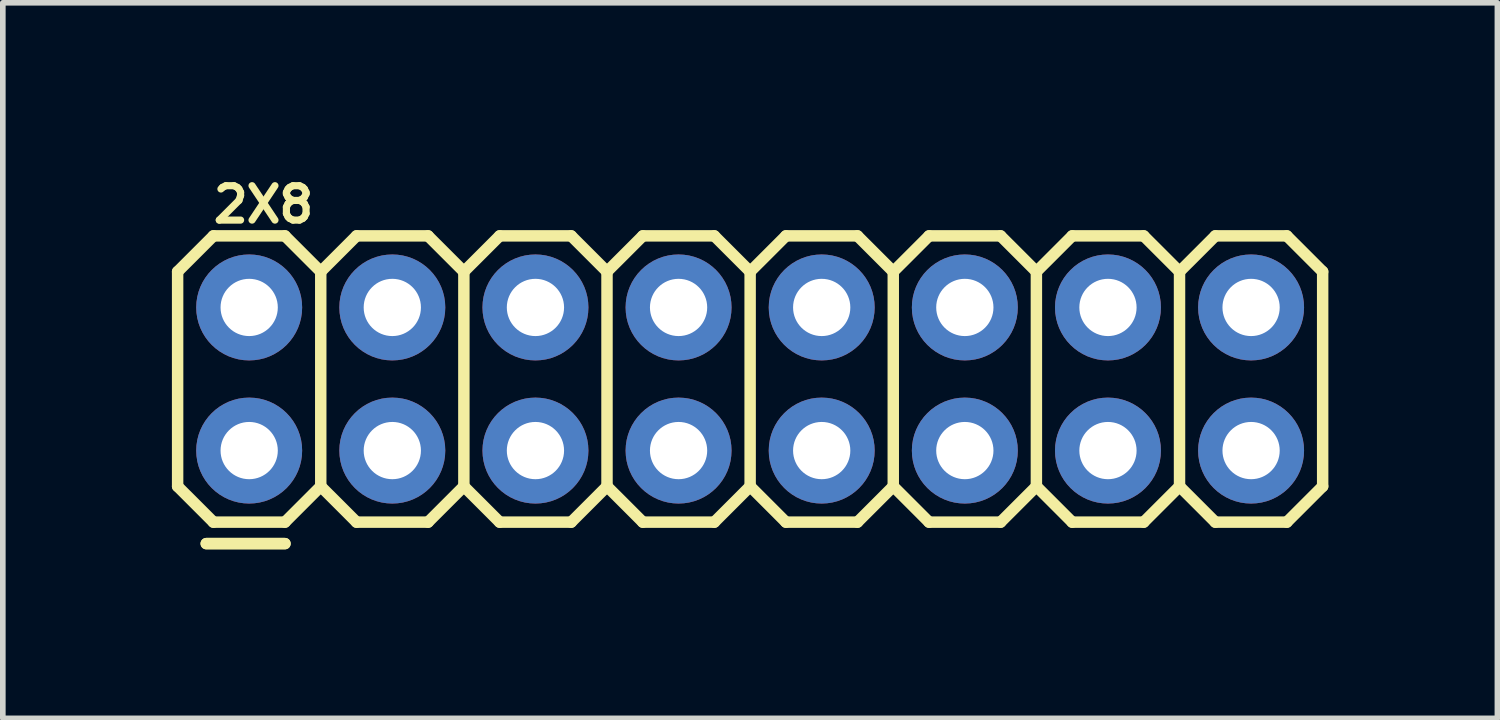
<source format=kicad_pcb>
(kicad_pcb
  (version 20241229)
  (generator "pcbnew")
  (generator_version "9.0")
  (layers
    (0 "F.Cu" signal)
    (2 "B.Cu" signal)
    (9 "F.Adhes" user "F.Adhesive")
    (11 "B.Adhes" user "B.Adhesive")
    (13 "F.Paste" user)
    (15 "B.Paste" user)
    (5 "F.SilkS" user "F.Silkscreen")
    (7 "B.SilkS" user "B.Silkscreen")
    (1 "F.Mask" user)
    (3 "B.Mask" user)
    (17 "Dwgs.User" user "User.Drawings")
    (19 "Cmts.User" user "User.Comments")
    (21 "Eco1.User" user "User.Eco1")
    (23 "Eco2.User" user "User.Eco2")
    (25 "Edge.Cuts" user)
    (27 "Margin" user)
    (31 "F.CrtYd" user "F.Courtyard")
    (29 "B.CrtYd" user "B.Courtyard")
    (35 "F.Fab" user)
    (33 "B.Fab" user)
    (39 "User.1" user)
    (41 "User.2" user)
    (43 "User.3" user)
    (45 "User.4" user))
  (footprint "2X8"
    (layer "F.Cu")
    (at 1.372 4.946)
    (property "Reference" "2X8" (at 0.254 -4.366 0) (layer "F.SilkS") (effects (font (size 0.61 0.61) (thickness 0.127))))
    (attr exclude_from_pos_files exclude_from_bom)
    (fp_line (start -1.27 -3.175) (end -0.635 -3.81) (stroke (width 0.203) (type solid)) (layer "F.SilkS"))
    (fp_line (start -1.27 0.635) (end -1.27 -3.175) (stroke (width 0.203) (type solid)) (layer "F.SilkS"))
    (fp_line (start -1.27 0.635) (end -0.635 1.27) (stroke (width 0.203) (type solid)) (layer "F.SilkS"))
    (fp_line (start -0.762 1.651) (end 0.635 1.651) (stroke (width 0.203) (type solid)) (layer "F.SilkS"))
    (fp_line (start -0.635 -3.81) (end 0.635 -3.81) (stroke (width 0.203) (type solid)) (layer "F.SilkS"))
    (fp_line (start -0.635 1.27) (end 0.635 1.27) (stroke (width 0.203) (type solid)) (layer "F.SilkS"))
    (fp_line (start 0.635 -3.81) (end 1.27 -3.175) (stroke (width 0.203) (type solid)) (layer "F.SilkS"))
    (fp_line (start 0.635 1.27) (end 1.27 0.635) (stroke (width 0.203) (type solid)) (layer "F.SilkS"))
    (fp_line (start 0.635 1.651) (end -0.762 1.651) (stroke (width 0.203) (type solid)) (layer "F.SilkS"))
    (fp_line (start 1.27 -3.175) (end 1.27 0.635) (stroke (width 0.203) (type solid)) (layer "F.SilkS"))
    (fp_line (start 1.27 -3.175) (end 1.905 -3.81) (stroke (width 0.203) (type solid)) (layer "F.SilkS"))
    (fp_line (start 1.27 0.635) (end 1.905 1.27) (stroke (width 0.203) (type solid)) (layer "F.SilkS"))
    (fp_line (start 1.905 -3.81) (end 3.175 -3.81) (stroke (width 0.203) (type solid)) (layer "F.SilkS"))
    (fp_line (start 1.905 1.27) (end 3.175 1.27) (stroke (width 0.203) (type solid)) (layer "F.SilkS"))
    (fp_line (start 3.175 -3.81) (end 3.81 -3.175) (stroke (width 0.203) (type solid)) (layer "F.SilkS"))
    (fp_line (start 3.175 1.27) (end 3.81 0.635) (stroke (width 0.203) (type solid)) (layer "F.SilkS"))
    (fp_line (start 3.81 -3.175) (end 3.81 0.635) (stroke (width 0.203) (type solid)) (layer "F.SilkS"))
    (fp_line (start 3.81 -3.175) (end 4.445 -3.81) (stroke (width 0.203) (type solid)) (layer "F.SilkS"))
    (fp_line (start 3.81 0.635) (end 4.445 1.27) (stroke (width 0.203) (type solid)) (layer "F.SilkS"))
    (fp_line (start 4.445 -3.81) (end 5.715 -3.81) (stroke (width 0.203) (type solid)) (layer "F.SilkS"))
    (fp_line (start 4.445 1.27) (end 5.715 1.27) (stroke (width 0.203) (type solid)) (layer "F.SilkS"))
    (fp_line (start 5.715 -3.81) (end 6.35 -3.175) (stroke (width 0.203) (type solid)) (layer "F.SilkS"))
    (fp_line (start 5.715 1.27) (end 6.35 0.635) (stroke (width 0.203) (type solid)) (layer "F.SilkS"))
    (fp_line (start 6.35 -3.175) (end 6.35 0.635) (stroke (width 0.203) (type solid)) (layer "F.SilkS"))
    (fp_line (start 6.35 -3.175) (end 6.985 -3.81) (stroke (width 0.203) (type solid)) (layer "F.SilkS"))
    (fp_line (start 6.35 0.635) (end 6.985 1.27) (stroke (width 0.203) (type solid)) (layer "F.SilkS"))
    (fp_line (start 6.985 -3.81) (end 8.255 -3.81) (stroke (width 0.203) (type solid)) (layer "F.SilkS"))
    (fp_line (start 6.985 1.27) (end 8.255 1.27) (stroke (width 0.203) (type solid)) (layer "F.SilkS"))
    (fp_line (start 8.255 -3.81) (end 8.89 -3.175) (stroke (width 0.203) (type solid)) (layer "F.SilkS"))
    (fp_line (start 8.255 1.27) (end 8.89 0.635) (stroke (width 0.203) (type solid)) (layer "F.SilkS"))
    (fp_line (start 8.89 -3.175) (end 8.89 0.635) (stroke (width 0.203) (type solid)) (layer "F.SilkS"))
    (fp_line (start 8.89 -3.175) (end 9.525 -3.81) (stroke (width 0.203) (type solid)) (layer "F.SilkS"))
    (fp_line (start 8.89 0.635) (end 9.525 1.27) (stroke (width 0.203) (type solid)) (layer "F.SilkS"))
    (fp_line (start 9.525 -3.81) (end 10.795 -3.81) (stroke (width 0.203) (type solid)) (layer "F.SilkS"))
    (fp_line (start 9.525 1.27) (end 10.795 1.27) (stroke (width 0.203) (type solid)) (layer "F.SilkS"))
    (fp_line (start 10.795 -3.81) (end 11.43 -3.175) (stroke (width 0.203) (type solid)) (layer "F.SilkS"))
    (fp_line (start 10.795 1.27) (end 11.43 0.635) (stroke (width 0.203) (type solid)) (layer "F.SilkS"))
    (fp_line (start 11.43 -3.175) (end 11.43 0.635) (stroke (width 0.203) (type solid)) (layer "F.SilkS"))
    (fp_line (start 11.43 -3.175) (end 12.065 -3.81) (stroke (width 0.203) (type solid)) (layer "F.SilkS"))
    (fp_line (start 11.43 0.635) (end 12.065 1.27) (stroke (width 0.203) (type solid)) (layer "F.SilkS"))
    (fp_line (start 12.065 -3.81) (end 13.335 -3.81) (stroke (width 0.203) (type solid)) (layer "F.SilkS"))
    (fp_line (start 12.065 1.27) (end 13.335 1.27) (stroke (width 0.203) (type solid)) (layer "F.SilkS"))
    (fp_line (start 13.335 -3.81) (end 13.97 -3.175) (stroke (width 0.203) (type solid)) (layer "F.SilkS"))
    (fp_line (start 13.335 1.27) (end 13.97 0.635) (stroke (width 0.203) (type solid)) (layer "F.SilkS"))
    (fp_line (start 13.97 -3.175) (end 13.97 0.635) (stroke (width 0.203) (type solid)) (layer "F.SilkS"))
    (fp_line (start 13.97 -3.175) (end 14.605 -3.81) (stroke (width 0.203) (type solid)) (layer "F.SilkS"))
    (fp_line (start 13.97 0.635) (end 14.605 1.27) (stroke (width 0.203) (type solid)) (layer "F.SilkS"))
    (fp_line (start 14.605 -3.81) (end 15.875 -3.81) (stroke (width 0.203) (type solid)) (layer "F.SilkS"))
    (fp_line (start 14.605 1.27) (end 15.875 1.27) (stroke (width 0.203) (type solid)) (layer "F.SilkS"))
    (fp_line (start 15.875 -3.81) (end 16.51 -3.175) (stroke (width 0.203) (type solid)) (layer "F.SilkS"))
    (fp_line (start 16.51 -3.175) (end 16.51 0.635) (stroke (width 0.203) (type solid)) (layer "F.SilkS"))
    (fp_line (start 16.51 -3.175) (end 17.145 -3.81) (stroke (width 0.203) (type solid)) (layer "F.SilkS"))
    (fp_line (start 16.51 0.635) (end 15.875 1.27) (stroke (width 0.203) (type solid)) (layer "F.SilkS"))
    (fp_line (start 16.51 0.635) (end 17.145 1.27) (stroke (width 0.203) (type solid)) (layer "F.SilkS"))
    (fp_line (start 17.145 -3.81) (end 18.415 -3.81) (stroke (width 0.203) (type solid)) (layer "F.SilkS"))
    (fp_line (start 17.145 1.27) (end 18.415 1.27) (stroke (width 0.203) (type solid)) (layer "F.SilkS"))
    (fp_line (start 18.415 -3.81) (end 19.05 -3.175) (stroke (width 0.203) (type solid)) (layer "F.SilkS"))
    (fp_line (start 19.05 -3.175) (end 19.05 0.635) (stroke (width 0.203) (type solid)) (layer "F.SilkS"))
    (fp_line (start 19.05 0.635) (end 18.415 1.27) (stroke (width 0.203) (type solid)) (layer "F.SilkS"))
    (fp_line (start -0.254 -2.794) (end 0.254 -2.794) (stroke (width 0.066) (type solid)) (layer "Dwgs.User"))
    (fp_line (start -0.254 -2.286) (end -0.254 -2.794) (stroke (width 0.066) (type solid)) (layer "Dwgs.User"))
    (fp_line (start -0.254 -2.286) (end 0.254 -2.286) (stroke (width 0.066) (type solid)) (layer "Dwgs.User"))
    (fp_line (start -0.254 -0.254) (end 0.254 -0.254) (stroke (width 0.066) (type solid)) (layer "Dwgs.User"))
    (fp_line (start -0.254 0.254) (end -0.254 -0.254) (stroke (width 0.066) (type solid)) (layer "Dwgs.User"))
    (fp_line (start -0.254 0.254) (end 0.254 0.254) (stroke (width 0.066) (type solid)) (layer "Dwgs.User"))
    (fp_line (start 0.254 -2.286) (end 0.254 -2.794) (stroke (width 0.066) (type solid)) (layer "Dwgs.User"))
    (fp_line (start 0.254 0.254) (end 0.254 -0.254) (stroke (width 0.066) (type solid)) (layer "Dwgs.User"))
    (fp_line (start 2.286 -2.794) (end 2.794 -2.794) (stroke (width 0.066) (type solid)) (layer "Dwgs.User"))
    (fp_line (start 2.286 -2.286) (end 2.286 -2.794) (stroke (width 0.066) (type solid)) (layer "Dwgs.User"))
    (fp_line (start 2.286 -2.286) (end 2.794 -2.286) (stroke (width 0.066) (type solid)) (layer "Dwgs.User"))
    (fp_line (start 2.286 -0.254) (end 2.794 -0.254) (stroke (width 0.066) (type solid)) (layer "Dwgs.User"))
    (fp_line (start 2.286 0.254) (end 2.286 -0.254) (stroke (width 0.066) (type solid)) (layer "Dwgs.User"))
    (fp_line (start 2.286 0.254) (end 2.794 0.254) (stroke (width 0.066) (type solid)) (layer "Dwgs.User"))
    (fp_line (start 2.794 -2.286) (end 2.794 -2.794) (stroke (width 0.066) (type solid)) (layer "Dwgs.User"))
    (fp_line (start 2.794 0.254) (end 2.794 -0.254) (stroke (width 0.066) (type solid)) (layer "Dwgs.User"))
    (fp_line (start 4.826 -2.794) (end 5.334 -2.794) (stroke (width 0.066) (type solid)) (layer "Dwgs.User"))
    (fp_line (start 4.826 -2.286) (end 4.826 -2.794) (stroke (width 0.066) (type solid)) (layer "Dwgs.User"))
    (fp_line (start 4.826 -2.286) (end 5.334 -2.286) (stroke (width 0.066) (type solid)) (layer "Dwgs.User"))
    (fp_line (start 4.826 -0.254) (end 5.334 -0.254) (stroke (width 0.066) (type solid)) (layer "Dwgs.User"))
    (fp_line (start 4.826 0.254) (end 4.826 -0.254) (stroke (width 0.066) (type solid)) (layer "Dwgs.User"))
    (fp_line (start 4.826 0.254) (end 5.334 0.254) (stroke (width 0.066) (type solid)) (layer "Dwgs.User"))
    (fp_line (start 5.334 -2.286) (end 5.334 -2.794) (stroke (width 0.066) (type solid)) (layer "Dwgs.User"))
    (fp_line (start 5.334 0.254) (end 5.334 -0.254) (stroke (width 0.066) (type solid)) (layer "Dwgs.User"))
    (fp_line (start 7.366 -2.794) (end 7.874 -2.794) (stroke (width 0.066) (type solid)) (layer "Dwgs.User"))
    (fp_line (start 7.366 -2.286) (end 7.366 -2.794) (stroke (width 0.066) (type solid)) (layer "Dwgs.User"))
    (fp_line (start 7.366 -2.286) (end 7.874 -2.286) (stroke (width 0.066) (type solid)) (layer "Dwgs.User"))
    (fp_line (start 7.366 -0.254) (end 7.874 -0.254) (stroke (width 0.066) (type solid)) (layer "Dwgs.User"))
    (fp_line (start 7.366 0.254) (end 7.366 -0.254) (stroke (width 0.066) (type solid)) (layer "Dwgs.User"))
    (fp_line (start 7.366 0.254) (end 7.874 0.254) (stroke (width 0.066) (type solid)) (layer "Dwgs.User"))
    (fp_line (start 7.874 -2.286) (end 7.874 -2.794) (stroke (width 0.066) (type solid)) (layer "Dwgs.User"))
    (fp_line (start 7.874 0.254) (end 7.874 -0.254) (stroke (width 0.066) (type solid)) (layer "Dwgs.User"))
    (fp_line (start 9.906 -2.794) (end 10.414 -2.794) (stroke (width 0.066) (type solid)) (layer "Dwgs.User"))
    (fp_line (start 9.906 -2.286) (end 9.906 -2.794) (stroke (width 0.066) (type solid)) (layer "Dwgs.User"))
    (fp_line (start 9.906 -2.286) (end 10.414 -2.286) (stroke (width 0.066) (type solid)) (layer "Dwgs.User"))
    (fp_line (start 9.906 -0.254) (end 10.414 -0.254) (stroke (width 0.066) (type solid)) (layer "Dwgs.User"))
    (fp_line (start 9.906 0.254) (end 9.906 -0.254) (stroke (width 0.066) (type solid)) (layer "Dwgs.User"))
    (fp_line (start 9.906 0.254) (end 10.414 0.254) (stroke (width 0.066) (type solid)) (layer "Dwgs.User"))
    (fp_line (start 10.414 -2.286) (end 10.414 -2.794) (stroke (width 0.066) (type solid)) (layer "Dwgs.User"))
    (fp_line (start 10.414 0.254) (end 10.414 -0.254) (stroke (width 0.066) (type solid)) (layer "Dwgs.User"))
    (fp_line (start 12.446 -2.794) (end 12.954 -2.794) (stroke (width 0.066) (type solid)) (layer "Dwgs.User"))
    (fp_line (start 12.446 -2.286) (end 12.446 -2.794) (stroke (width 0.066) (type solid)) (layer "Dwgs.User"))
    (fp_line (start 12.446 -2.286) (end 12.954 -2.286) (stroke (width 0.066) (type solid)) (layer "Dwgs.User"))
    (fp_line (start 12.446 -0.254) (end 12.954 -0.254) (stroke (width 0.066) (type solid)) (layer "Dwgs.User"))
    (fp_line (start 12.446 0.254) (end 12.446 -0.254) (stroke (width 0.066) (type solid)) (layer "Dwgs.User"))
    (fp_line (start 12.446 0.254) (end 12.954 0.254) (stroke (width 0.066) (type solid)) (layer "Dwgs.User"))
    (fp_line (start 12.954 -2.286) (end 12.954 -2.794) (stroke (width 0.066) (type solid)) (layer "Dwgs.User"))
    (fp_line (start 12.954 0.254) (end 12.954 -0.254) (stroke (width 0.066) (type solid)) (layer "Dwgs.User"))
    (fp_line (start 14.986 -2.794) (end 15.494 -2.794) (stroke (width 0.066) (type solid)) (layer "Dwgs.User"))
    (fp_line (start 14.986 -2.286) (end 14.986 -2.794) (stroke (width 0.066) (type solid)) (layer "Dwgs.User"))
    (fp_line (start 14.986 -2.286) (end 15.494 -2.286) (stroke (width 0.066) (type solid)) (layer "Dwgs.User"))
    (fp_line (start 14.986 -0.254) (end 15.494 -0.254) (stroke (width 0.066) (type solid)) (layer "Dwgs.User"))
    (fp_line (start 14.986 0.254) (end 14.986 -0.254) (stroke (width 0.066) (type solid)) (layer "Dwgs.User"))
    (fp_line (start 14.986 0.254) (end 15.494 0.254) (stroke (width 0.066) (type solid)) (layer "Dwgs.User"))
    (fp_line (start 15.494 -2.286) (end 15.494 -2.794) (stroke (width 0.066) (type solid)) (layer "Dwgs.User"))
    (fp_line (start 15.494 0.254) (end 15.494 -0.254) (stroke (width 0.066) (type solid)) (layer "Dwgs.User"))
    (fp_line (start 17.523 -2.794) (end 18.034 -2.794) (stroke (width 0.066) (type solid)) (layer "Dwgs.User"))
    (fp_line (start 17.523 -2.286) (end 17.523 -2.794) (stroke (width 0.066) (type solid)) (layer "Dwgs.User"))
    (fp_line (start 17.523 -2.286) (end 18.034 -2.286) (stroke (width 0.066) (type solid)) (layer "Dwgs.User"))
    (fp_line (start 17.523 -0.254) (end 18.034 -0.254) (stroke (width 0.066) (type solid)) (layer "Dwgs.User"))
    (fp_line (start 17.523 0.254) (end 17.523 -0.254) (stroke (width 0.066) (type solid)) (layer "Dwgs.User"))
    (fp_line (start 17.523 0.254) (end 18.034 0.254) (stroke (width 0.066) (type solid)) (layer "Dwgs.User"))
    (fp_line (start 18.034 -2.286) (end 18.034 -2.794) (stroke (width 0.066) (type solid)) (layer "Dwgs.User"))
    (fp_line (start 18.034 0.254) (end 18.034 -0.254) (stroke (width 0.066) (type solid)) (layer "Dwgs.User"))
    (pad "1" thru_hole circle (at 0 0) (size 1.88 1.88) (drill 1.016) (layers "*.Cu" "*.Paste" "*.Mask"))
    (pad "2" thru_hole circle (at 0 -2.54) (size 1.88 1.88) (drill 1.016) (layers "*.Cu" "*.Paste" "*.Mask"))
    (pad "3" thru_hole circle (at 2.54 0) (size 1.88 1.88) (drill 1.016) (layers "*.Cu" "*.Paste" "*.Mask"))
    (pad "4" thru_hole circle (at 2.54 -2.54) (size 1.88 1.88) (drill 1.016) (layers "*.Cu" "*.Paste" "*.Mask"))
    (pad "5" thru_hole circle (at 5.08 0) (size 1.88 1.88) (drill 1.016) (layers "*.Cu" "*.Paste" "*.Mask"))
    (pad "6" thru_hole circle (at 5.08 -2.54) (size 1.88 1.88) (drill 1.016) (layers "*.Cu" "*.Paste" "*.Mask"))
    (pad "7" thru_hole circle (at 7.62 0) (size 1.88 1.88) (drill 1.016) (layers "*.Cu" "*.Paste" "*.Mask"))
    (pad "8" thru_hole circle (at 7.62 -2.54) (size 1.88 1.88) (drill 1.016) (layers "*.Cu" "*.Paste" "*.Mask"))
    (pad "9" thru_hole circle (at 10.16 0) (size 1.88 1.88) (drill 1.016) (layers "*.Cu" "*.Paste" "*.Mask"))
    (pad "10" thru_hole circle (at 10.16 -2.54) (size 1.88 1.88) (drill 1.016) (layers "*.Cu" "*.Paste" "*.Mask"))
    (pad "11" thru_hole circle (at 12.7 0) (size 1.88 1.88) (drill 1.016) (layers "*.Cu" "*.Paste" "*.Mask"))
    (pad "12" thru_hole circle (at 12.7 -2.54) (size 1.88 1.88) (drill 1.016) (layers "*.Cu" "*.Paste" "*.Mask"))
    (pad "13" thru_hole circle (at 15.24 0) (size 1.88 1.88) (drill 1.016) (layers "*.Cu" "*.Paste" "*.Mask"))
    (pad "14" thru_hole circle (at 15.24 -2.54) (size 1.88 1.88) (drill 1.016) (layers "*.Cu" "*.Paste" "*.Mask"))
    (pad "15" thru_hole circle (at 17.78 0) (size 1.88 1.88) (drill 1.016) (layers "*.Cu" "*.Paste" "*.Mask"))
    (pad "16" thru_hole circle (at 17.78 -2.54) (size 1.88 1.88) (drill 1.016) (layers "*.Cu" "*.Paste" "*.Mask")))
  (gr_rect
    (start -3 -3)
    (end 23.523 9.698)
    (stroke (width 0.1) (type default))
    (fill no)
    (layer "Edge.Cuts")))
</source>
